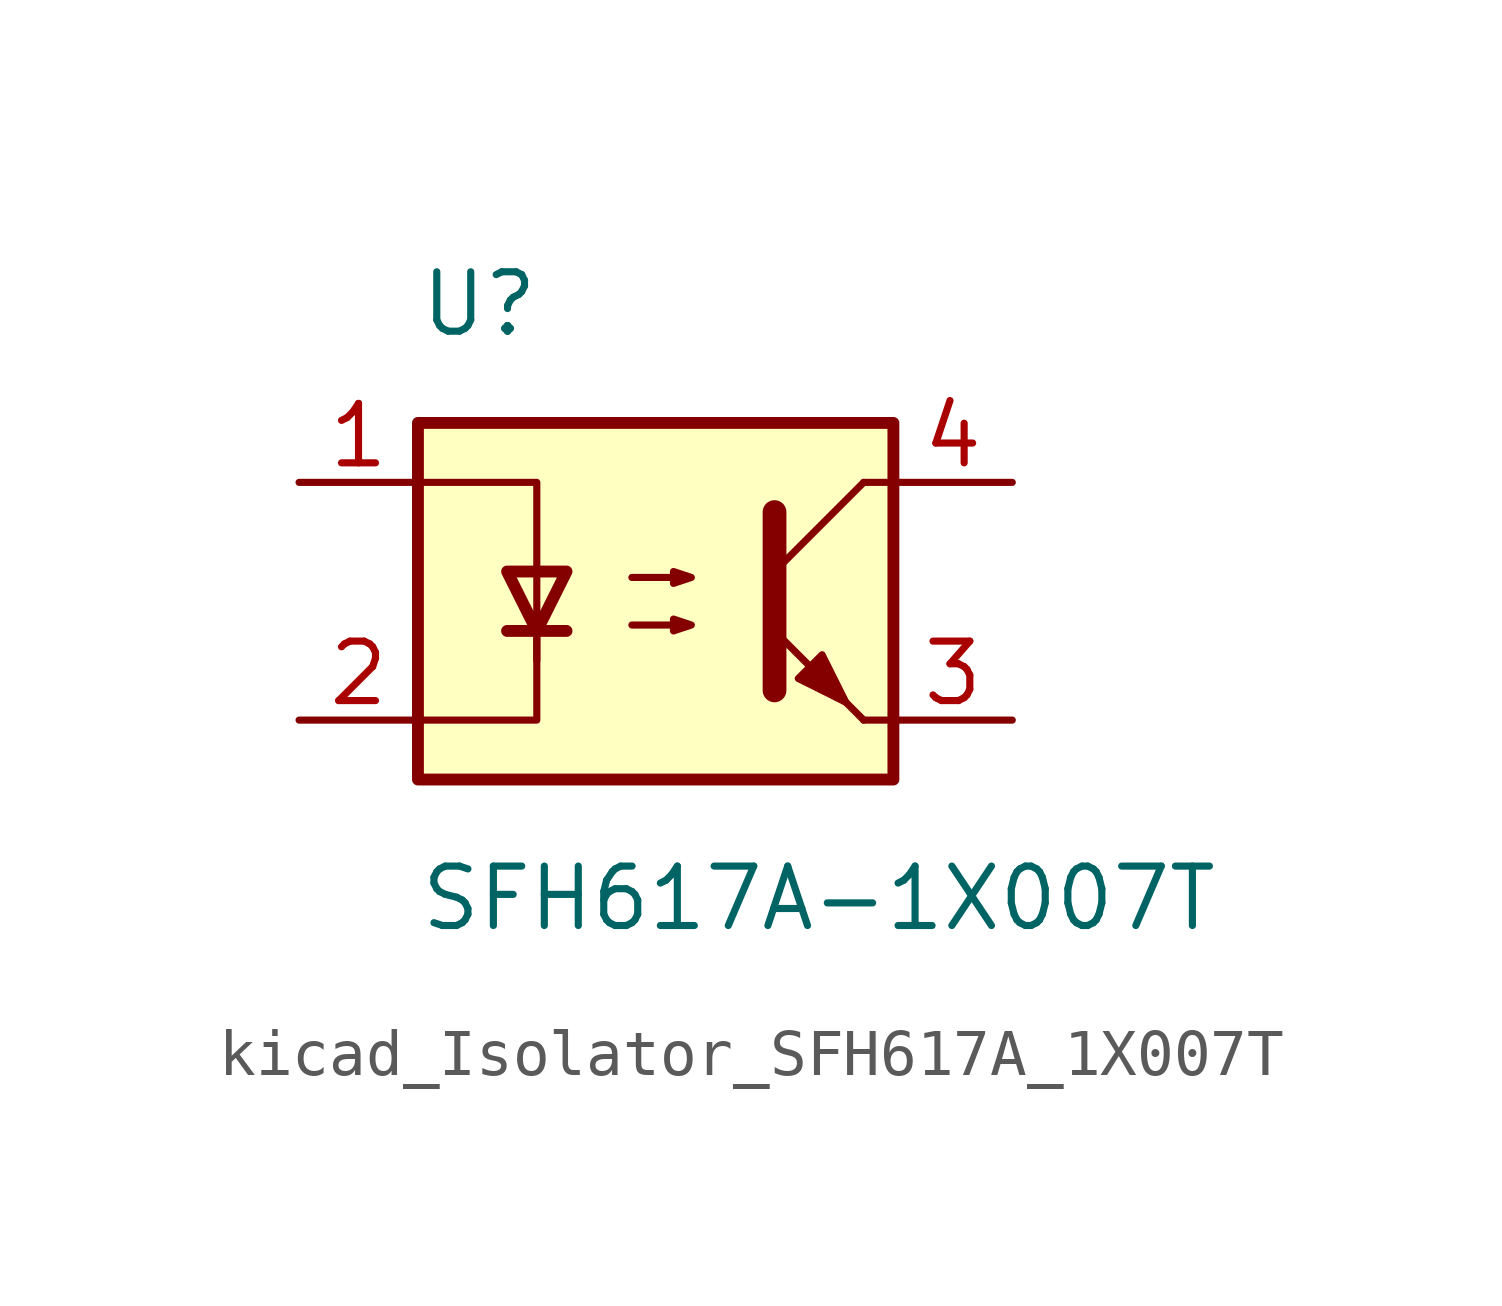
<source format=kicad_sym>
(kicad_symbol_lib
  (version 20220914)
  (generator kicad_symbol_editor)
  (symbol "kicad_Isolator_SFH617A_1X007T"
    (pin_names
      (offset 1.016))
    (property "Reference" "U"
      (at -5.08 6.35 0)
      (effects (font (size 1.27 1.27)) (justify left)))
    (property "Value" "SFH617A-1X007T"
      (at -5.08 -6.35 0)
      (effects (font (size 1.27 1.27)) (justify left)))
    (symbol "kicad_Isolator_SFH617A_1X007T_0_1"
      (rectangle (start -5.08 3.81) (end 5.08 -3.81) (stroke (width 0.254) (type default)) (fill (type background)))
      (polyline (pts (xy -3.175 -0.635) (xy -1.905 -0.635)) (stroke (width 0.254) (type default)) (fill (type none)))
      (polyline (pts (xy 2.54 0.635) (xy 4.445 2.54)) (stroke (width 0) (type default)) (fill (type none)))
      (polyline (pts (xy 4.445 -2.54) (xy 2.54 -0.635)) (stroke (width 0) (type default)) (fill (type outline)))
      (polyline (pts (xy 4.445 -2.54) (xy 5.08 -2.54)) (stroke (width 0) (type default)) (fill (type none)))
      (polyline (pts (xy 4.445 2.54) (xy 5.08 2.54)) (stroke (width 0) (type default)) (fill (type none)))
      (polyline (pts (xy -2.54 -0.635) (xy -2.54 -2.54) (xy -5.08 -2.54)) (stroke (width 0) (type default)) (fill (type none)))
      (polyline (pts (xy 2.54 1.905) (xy 2.54 -1.905) (xy 2.54 -1.905)) (stroke (width 0.508) (type default)) (fill (type none)))
      (polyline (pts (xy -5.08 2.54) (xy -2.54 2.54) (xy -2.54 -1.27) (xy -2.54 0.635)) (stroke (width 0) (type default)) (fill (type none)))
      (polyline (pts (xy -2.54 -0.635) (xy -3.175 0.635) (xy -1.905 0.635) (xy -2.54 -0.635)) (stroke (width 0.254) (type default)) (fill (type none)))
      (polyline (pts (xy -0.508 -0.508) (xy 0.762 -0.508) (xy 0.381 -0.635) (xy 0.381 -0.381) (xy 0.762 -0.508)) (stroke (width 0) (type default)) (fill (type none)))
      (polyline (pts (xy -0.508 0.508) (xy 0.762 0.508) (xy 0.381 0.381) (xy 0.381 0.635) (xy 0.762 0.508)) (stroke (width 0) (type default)) (fill (type none)))
      (polyline (pts (xy 3.048 -1.651) (xy 3.556 -1.143) (xy 4.064 -2.159) (xy 3.048 -1.651) (xy 3.048 -1.651)) (stroke (width 0) (type default)) (fill (type outline))))
    (symbol "kicad_Isolator_SFH617A_1X007T_1_1"
      (pin passive line (at -7.62 2.54 0) (length 2.54) (name "~" (effects (font (size 1.27 1.27)))) (number "1" (effects (font (size 1.27 1.27)))))
      (pin passive line (at -7.62 -2.54 0) (length 2.54) (name "~" (effects (font (size 1.27 1.27)))) (number "2" (effects (font (size 1.27 1.27)))))
      (pin passive line (at 7.62 -2.54 180) (length 2.54) (name "~" (effects (font (size 1.27 1.27)))) (number "3" (effects (font (size 1.27 1.27)))))
      (pin passive line (at 7.62 2.54 180) (length 2.54) (name "~" (effects (font (size 1.27 1.27)))) (number "4" (effects (font (size 1.27 1.27))))))))
</source>
